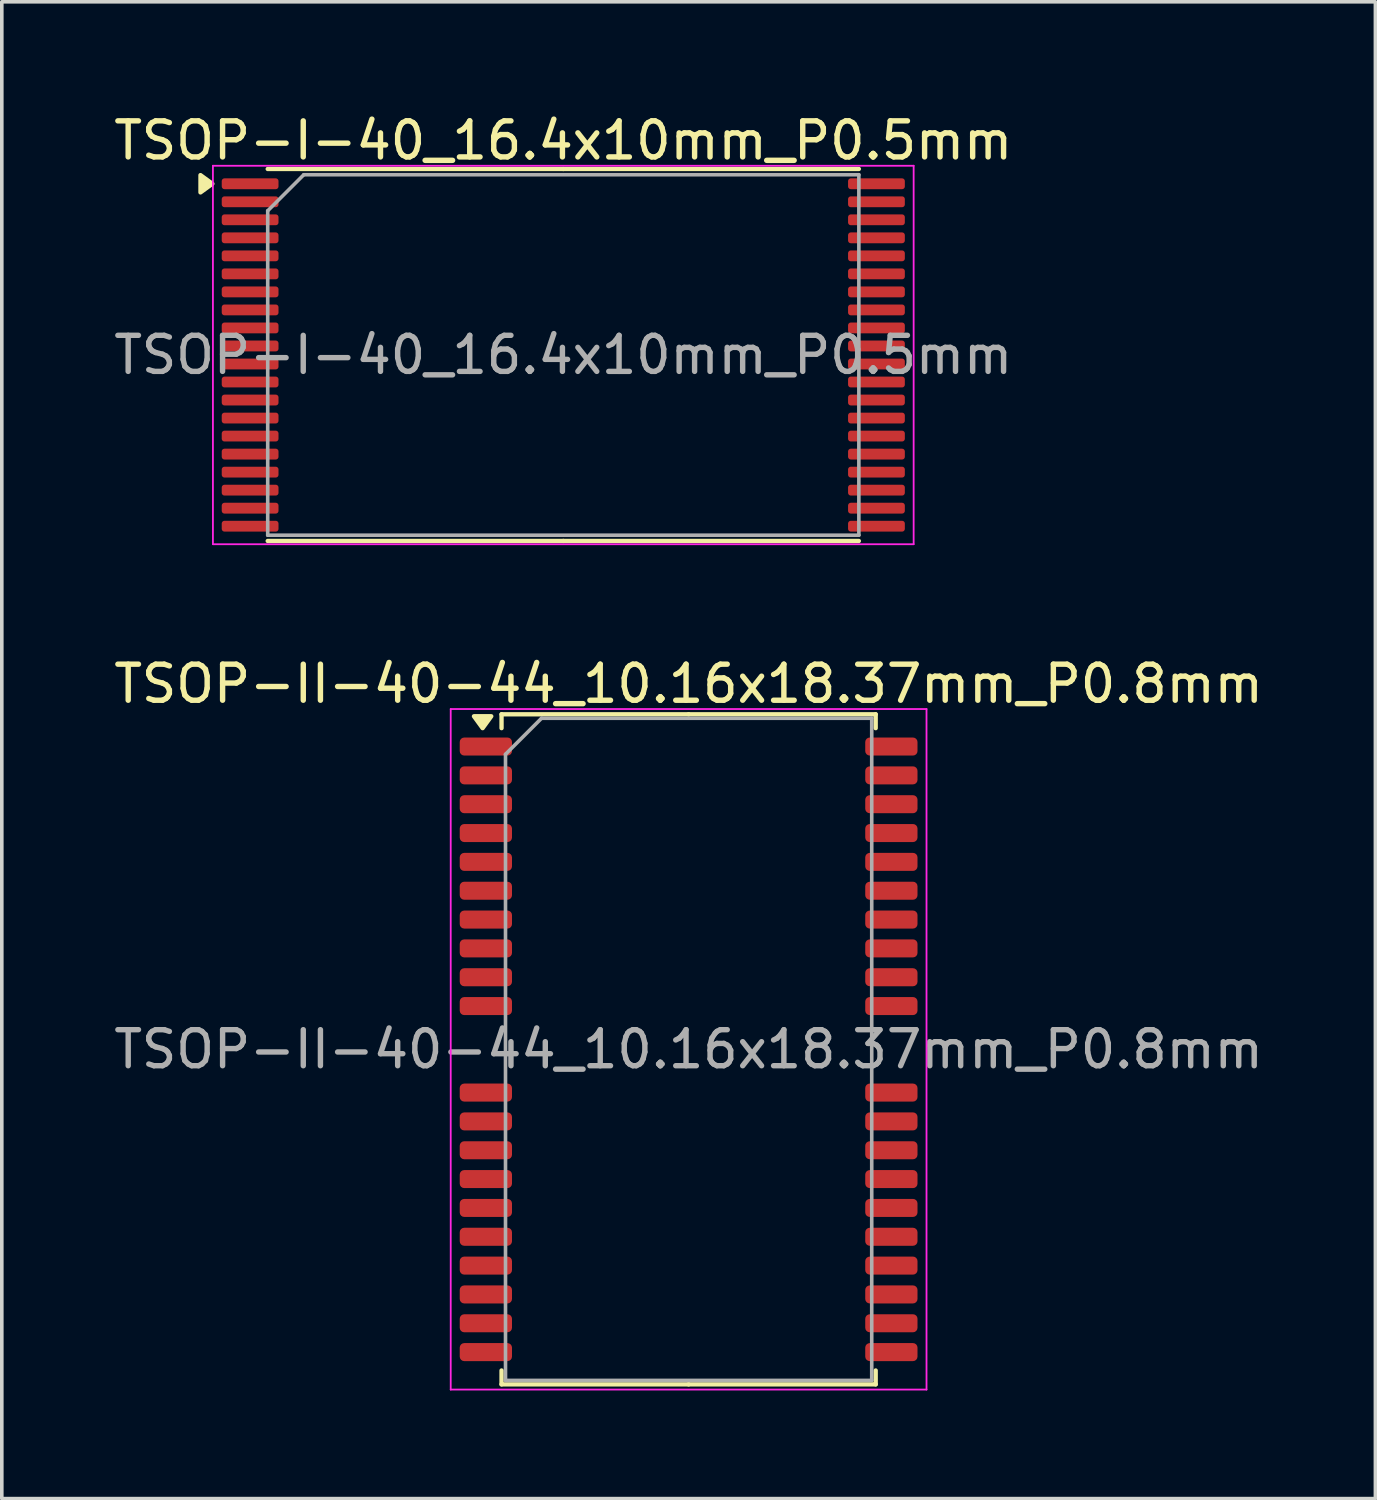
<source format=kicad_pcb>
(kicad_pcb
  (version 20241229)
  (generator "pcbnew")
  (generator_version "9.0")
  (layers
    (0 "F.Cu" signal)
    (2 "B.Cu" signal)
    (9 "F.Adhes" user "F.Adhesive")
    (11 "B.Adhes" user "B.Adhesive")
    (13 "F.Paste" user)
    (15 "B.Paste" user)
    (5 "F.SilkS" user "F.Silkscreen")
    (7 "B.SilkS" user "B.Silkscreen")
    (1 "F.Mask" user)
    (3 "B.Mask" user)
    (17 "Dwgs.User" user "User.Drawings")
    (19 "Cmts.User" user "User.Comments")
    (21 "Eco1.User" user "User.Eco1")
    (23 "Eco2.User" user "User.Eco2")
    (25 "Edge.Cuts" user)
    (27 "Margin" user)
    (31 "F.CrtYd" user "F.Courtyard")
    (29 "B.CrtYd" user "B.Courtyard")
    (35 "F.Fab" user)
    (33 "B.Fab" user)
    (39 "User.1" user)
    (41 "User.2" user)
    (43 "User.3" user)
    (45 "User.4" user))
  (footprint "TSOP-II-40-44_10.16x18.37mm_P0.8mm"
    (layer "F.Cu")
    (at 16.054 26.061)
    (property "Reference" "TSOP-II-40-44_10.16x18.37mm_P0.8mm" (at 0 -10.14 0) (layer "F.SilkS") (effects (font (size 1 1) (thickness 0.15))))
    (attr smd)
    (fp_line (start -5.19 -9.295) (end -5.19 -8.91) (stroke (width 0.12) (type solid)) (layer "F.SilkS"))
    (fp_line (start -5.19 9.295) (end -5.19 8.91) (stroke (width 0.12) (type solid)) (layer "F.SilkS"))
    (fp_line (start 0 -9.295) (end -5.19 -9.295) (stroke (width 0.12) (type solid)) (layer "F.SilkS"))
    (fp_line (start 0 -9.295) (end 5.19 -9.295) (stroke (width 0.12) (type solid)) (layer "F.SilkS"))
    (fp_line (start 0 9.295) (end -5.19 9.295) (stroke (width 0.12) (type solid)) (layer "F.SilkS"))
    (fp_line (start 0 9.295) (end 5.19 9.295) (stroke (width 0.12) (type solid)) (layer "F.SilkS"))
    (fp_line (start 5.19 -9.295) (end 5.19 -8.91) (stroke (width 0.12) (type solid)) (layer "F.SilkS"))
    (fp_line (start 5.19 9.295) (end 5.19 8.91) (stroke (width 0.12) (type solid)) (layer "F.SilkS"))
    (fp_poly (pts (xy -5.715 -8.91) (xy -5.955 -9.24) (xy -5.475 -9.24) (xy -5.715 -8.91)) (stroke (width 0.12) (type solid)) (fill yes) (layer "F.SilkS"))
    (fp_line (start -6.6 -9.44) (end -6.6 9.44) (stroke (width 0.05) (type solid)) (layer "F.CrtYd"))
    (fp_line (start -6.6 9.44) (end 6.6 9.44) (stroke (width 0.05) (type solid)) (layer "F.CrtYd"))
    (fp_line (start 6.6 -9.44) (end -6.6 -9.44) (stroke (width 0.05) (type solid)) (layer "F.CrtYd"))
    (fp_line (start 6.6 9.44) (end 6.6 -9.44) (stroke (width 0.05) (type solid)) (layer "F.CrtYd"))
    (fp_line (start -5.08 -8.185) (end -4.08 -9.185) (stroke (width 0.1) (type solid)) (layer "F.Fab"))
    (fp_line (start -5.08 9.185) (end -5.08 -8.185) (stroke (width 0.1) (type solid)) (layer "F.Fab"))
    (fp_line (start -4.08 -9.185) (end 5.08 -9.185) (stroke (width 0.1) (type solid)) (layer "F.Fab"))
    (fp_line (start 5.08 -9.185) (end 5.08 9.185) (stroke (width 0.1) (type solid)) (layer "F.Fab"))
    (fp_line (start 5.08 9.185) (end -5.08 9.185) (stroke (width 0.1) (type solid)) (layer "F.Fab"))
    (fp_text user "${REFERENCE}" (at 0 0 0) (layer "F.Fab") (effects (font (size 1 1) (thickness 0.15))))
    (pad "1" smd roundrect (at -5.625 -8.4) (size 1.45 0.5) (layers "F.Cu" "F.Mask" "F.Paste") (roundrect_rratio 0.25))
    (pad "2" smd roundrect (at -5.625 -7.6) (size 1.45 0.5) (layers "F.Cu" "F.Mask" "F.Paste") (roundrect_rratio 0.25))
    (pad "3" smd roundrect (at -5.625 -6.8) (size 1.45 0.5) (layers "F.Cu" "F.Mask" "F.Paste") (roundrect_rratio 0.25))
    (pad "4" smd roundrect (at -5.625 -6) (size 1.45 0.5) (layers "F.Cu" "F.Mask" "F.Paste") (roundrect_rratio 0.25))
    (pad "5" smd roundrect (at -5.625 -5.2) (size 1.45 0.5) (layers "F.Cu" "F.Mask" "F.Paste") (roundrect_rratio 0.25))
    (pad "6" smd roundrect (at -5.625 -4.4) (size 1.45 0.5) (layers "F.Cu" "F.Mask" "F.Paste") (roundrect_rratio 0.25))
    (pad "7" smd roundrect (at -5.625 -3.6) (size 1.45 0.5) (layers "F.Cu" "F.Mask" "F.Paste") (roundrect_rratio 0.25))
    (pad "8" smd roundrect (at -5.625 -2.8) (size 1.45 0.5) (layers "F.Cu" "F.Mask" "F.Paste") (roundrect_rratio 0.25))
    (pad "9" smd roundrect (at -5.625 -2) (size 1.45 0.5) (layers "F.Cu" "F.Mask" "F.Paste") (roundrect_rratio 0.25))
    (pad "10" smd roundrect (at -5.625 -1.2) (size 1.45 0.5) (layers "F.Cu" "F.Mask" "F.Paste") (roundrect_rratio 0.25))
    (pad "13" smd roundrect (at -5.625 1.2) (size 1.45 0.5) (layers "F.Cu" "F.Mask" "F.Paste") (roundrect_rratio 0.25))
    (pad "14" smd roundrect (at -5.625 2) (size 1.45 0.5) (layers "F.Cu" "F.Mask" "F.Paste") (roundrect_rratio 0.25))
    (pad "15" smd roundrect (at -5.625 2.8) (size 1.45 0.5) (layers "F.Cu" "F.Mask" "F.Paste") (roundrect_rratio 0.25))
    (pad "16" smd roundrect (at -5.625 3.6) (size 1.45 0.5) (layers "F.Cu" "F.Mask" "F.Paste") (roundrect_rratio 0.25))
    (pad "17" smd roundrect (at -5.625 4.4) (size 1.45 0.5) (layers "F.Cu" "F.Mask" "F.Paste") (roundrect_rratio 0.25))
    (pad "18" smd roundrect (at -5.625 5.2) (size 1.45 0.5) (layers "F.Cu" "F.Mask" "F.Paste") (roundrect_rratio 0.25))
    (pad "19" smd roundrect (at -5.625 6) (size 1.45 0.5) (layers "F.Cu" "F.Mask" "F.Paste") (roundrect_rratio 0.25))
    (pad "20" smd roundrect (at -5.625 6.8) (size 1.45 0.5) (layers "F.Cu" "F.Mask" "F.Paste") (roundrect_rratio 0.25))
    (pad "21" smd roundrect (at -5.625 7.6) (size 1.45 0.5) (layers "F.Cu" "F.Mask" "F.Paste") (roundrect_rratio 0.25))
    (pad "22" smd roundrect (at -5.625 8.4) (size 1.45 0.5) (layers "F.Cu" "F.Mask" "F.Paste") (roundrect_rratio 0.25))
    (pad "23" smd roundrect (at 5.625 8.4) (size 1.45 0.5) (layers "F.Cu" "F.Mask" "F.Paste") (roundrect_rratio 0.25))
    (pad "24" smd roundrect (at 5.625 7.6) (size 1.45 0.5) (layers "F.Cu" "F.Mask" "F.Paste") (roundrect_rratio 0.25))
    (pad "25" smd roundrect (at 5.625 6.8) (size 1.45 0.5) (layers "F.Cu" "F.Mask" "F.Paste") (roundrect_rratio 0.25))
    (pad "26" smd roundrect (at 5.625 6) (size 1.45 0.5) (layers "F.Cu" "F.Mask" "F.Paste") (roundrect_rratio 0.25))
    (pad "27" smd roundrect (at 5.625 5.2) (size 1.45 0.5) (layers "F.Cu" "F.Mask" "F.Paste") (roundrect_rratio 0.25))
    (pad "28" smd roundrect (at 5.625 4.4) (size 1.45 0.5) (layers "F.Cu" "F.Mask" "F.Paste") (roundrect_rratio 0.25))
    (pad "29" smd roundrect (at 5.625 3.6) (size 1.45 0.5) (layers "F.Cu" "F.Mask" "F.Paste") (roundrect_rratio 0.25))
    (pad "30" smd roundrect (at 5.625 2.8) (size 1.45 0.5) (layers "F.Cu" "F.Mask" "F.Paste") (roundrect_rratio 0.25))
    (pad "31" smd roundrect (at 5.625 2) (size 1.45 0.5) (layers "F.Cu" "F.Mask" "F.Paste") (roundrect_rratio 0.25))
    (pad "32" smd roundrect (at 5.625 1.2) (size 1.45 0.5) (layers "F.Cu" "F.Mask" "F.Paste") (roundrect_rratio 0.25))
    (pad "35" smd roundrect (at 5.625 -1.2) (size 1.45 0.5) (layers "F.Cu" "F.Mask" "F.Paste") (roundrect_rratio 0.25))
    (pad "36" smd roundrect (at 5.625 -2) (size 1.45 0.5) (layers "F.Cu" "F.Mask" "F.Paste") (roundrect_rratio 0.25))
    (pad "37" smd roundrect (at 5.625 -2.8) (size 1.45 0.5) (layers "F.Cu" "F.Mask" "F.Paste") (roundrect_rratio 0.25))
    (pad "38" smd roundrect (at 5.625 -3.6) (size 1.45 0.5) (layers "F.Cu" "F.Mask" "F.Paste") (roundrect_rratio 0.25))
    (pad "39" smd roundrect (at 5.625 -4.4) (size 1.45 0.5) (layers "F.Cu" "F.Mask" "F.Paste") (roundrect_rratio 0.25))
    (pad "40" smd roundrect (at 5.625 -5.2) (size 1.45 0.5) (layers "F.Cu" "F.Mask" "F.Paste") (roundrect_rratio 0.25))
    (pad "41" smd roundrect (at 5.625 -6) (size 1.45 0.5) (layers "F.Cu" "F.Mask" "F.Paste") (roundrect_rratio 0.25))
    (pad "42" smd roundrect (at 5.625 -6.8) (size 1.45 0.5) (layers "F.Cu" "F.Mask" "F.Paste") (roundrect_rratio 0.25))
    (pad "43" smd roundrect (at 5.625 -7.6) (size 1.45 0.5) (layers "F.Cu" "F.Mask" "F.Paste") (roundrect_rratio 0.25))
    (pad "44" smd roundrect (at 5.625 -8.4) (size 1.45 0.5) (layers "F.Cu" "F.Mask" "F.Paste") (roundrect_rratio 0.25)))
  (footprint "TSOP-I-40_16.4x10mm_P0.5mm"
    (layer "F.Cu")
    (at 12.577 6.798)
    (property "Reference" "TSOP-I-40_16.4x10mm_P0.5mm" (at 0 -5.95 0) (layer "F.SilkS") (effects (font (size 1 1) (thickness 0.15))))
    (attr smd)
    (fp_line (start 0 -5.16) (end -8.2 -5.16) (stroke (width 0.12) (type solid)) (layer "F.SilkS"))
    (fp_line (start 0 -5.16) (end 8.2 -5.16) (stroke (width 0.12) (type solid)) (layer "F.SilkS"))
    (fp_line (start 0 5.16) (end -8.2 5.16) (stroke (width 0.12) (type solid)) (layer "F.SilkS"))
    (fp_line (start 0 5.16) (end 8.2 5.16) (stroke (width 0.12) (type solid)) (layer "F.SilkS"))
    (fp_poly (pts (xy -9.735 -4.75) (xy -10.065 -4.99) (xy -10.065 -4.51) (xy -9.735 -4.75)) (stroke (width 0.12) (type solid)) (fill yes) (layer "F.SilkS"))
    (fp_line (start -9.72 -5.25) (end -9.72 5.25) (stroke (width 0.05) (type solid)) (layer "F.CrtYd"))
    (fp_line (start -9.72 5.25) (end 9.72 5.25) (stroke (width 0.05) (type solid)) (layer "F.CrtYd"))
    (fp_line (start 9.72 -5.25) (end -9.72 -5.25) (stroke (width 0.05) (type solid)) (layer "F.CrtYd"))
    (fp_line (start 9.72 5.25) (end 9.72 -5.25) (stroke (width 0.05) (type solid)) (layer "F.CrtYd"))
    (fp_line (start -8.2 -4) (end -7.2 -5) (stroke (width 0.1) (type solid)) (layer "F.Fab"))
    (fp_line (start -8.2 5) (end -8.2 -4) (stroke (width 0.1) (type solid)) (layer "F.Fab"))
    (fp_line (start -7.2 -5) (end 8.2 -5) (stroke (width 0.1) (type solid)) (layer "F.Fab"))
    (fp_line (start 8.2 -5) (end 8.2 5) (stroke (width 0.1) (type solid)) (layer "F.Fab"))
    (fp_line (start 8.2 5) (end -8.2 5) (stroke (width 0.1) (type solid)) (layer "F.Fab"))
    (fp_text user "${REFERENCE}" (at 0 0 0) (layer "F.Fab") (effects (font (size 1 1) (thickness 0.15))))
    (pad "1" smd roundrect (at -8.688 -4.75) (size 1.575 0.3) (layers "F.Cu" "F.Mask" "F.Paste") (roundrect_rratio 0.25))
    (pad "2" smd roundrect (at -8.688 -4.25) (size 1.575 0.3) (layers "F.Cu" "F.Mask" "F.Paste") (roundrect_rratio 0.25))
    (pad "3" smd roundrect (at -8.688 -3.75) (size 1.575 0.3) (layers "F.Cu" "F.Mask" "F.Paste") (roundrect_rratio 0.25))
    (pad "4" smd roundrect (at -8.688 -3.25) (size 1.575 0.3) (layers "F.Cu" "F.Mask" "F.Paste") (roundrect_rratio 0.25))
    (pad "5" smd roundrect (at -8.688 -2.75) (size 1.575 0.3) (layers "F.Cu" "F.Mask" "F.Paste") (roundrect_rratio 0.25))
    (pad "6" smd roundrect (at -8.688 -2.25) (size 1.575 0.3) (layers "F.Cu" "F.Mask" "F.Paste") (roundrect_rratio 0.25))
    (pad "7" smd roundrect (at -8.688 -1.75) (size 1.575 0.3) (layers "F.Cu" "F.Mask" "F.Paste") (roundrect_rratio 0.25))
    (pad "8" smd roundrect (at -8.688 -1.25) (size 1.575 0.3) (layers "F.Cu" "F.Mask" "F.Paste") (roundrect_rratio 0.25))
    (pad "9" smd roundrect (at -8.688 -0.75) (size 1.575 0.3) (layers "F.Cu" "F.Mask" "F.Paste") (roundrect_rratio 0.25))
    (pad "10" smd roundrect (at -8.688 -0.25) (size 1.575 0.3) (layers "F.Cu" "F.Mask" "F.Paste") (roundrect_rratio 0.25))
    (pad "11" smd roundrect (at -8.688 0.25) (size 1.575 0.3) (layers "F.Cu" "F.Mask" "F.Paste") (roundrect_rratio 0.25))
    (pad "12" smd roundrect (at -8.688 0.75) (size 1.575 0.3) (layers "F.Cu" "F.Mask" "F.Paste") (roundrect_rratio 0.25))
    (pad "13" smd roundrect (at -8.688 1.25) (size 1.575 0.3) (layers "F.Cu" "F.Mask" "F.Paste") (roundrect_rratio 0.25))
    (pad "14" smd roundrect (at -8.688 1.75) (size 1.575 0.3) (layers "F.Cu" "F.Mask" "F.Paste") (roundrect_rratio 0.25))
    (pad "15" smd roundrect (at -8.688 2.25) (size 1.575 0.3) (layers "F.Cu" "F.Mask" "F.Paste") (roundrect_rratio 0.25))
    (pad "16" smd roundrect (at -8.688 2.75) (size 1.575 0.3) (layers "F.Cu" "F.Mask" "F.Paste") (roundrect_rratio 0.25))
    (pad "17" smd roundrect (at -8.688 3.25) (size 1.575 0.3) (layers "F.Cu" "F.Mask" "F.Paste") (roundrect_rratio 0.25))
    (pad "18" smd roundrect (at -8.688 3.75) (size 1.575 0.3) (layers "F.Cu" "F.Mask" "F.Paste") (roundrect_rratio 0.25))
    (pad "19" smd roundrect (at -8.688 4.25) (size 1.575 0.3) (layers "F.Cu" "F.Mask" "F.Paste") (roundrect_rratio 0.25))
    (pad "20" smd roundrect (at -8.688 4.75) (size 1.575 0.3) (layers "F.Cu" "F.Mask" "F.Paste") (roundrect_rratio 0.25))
    (pad "21" smd roundrect (at 8.688 4.75) (size 1.575 0.3) (layers "F.Cu" "F.Mask" "F.Paste") (roundrect_rratio 0.25))
    (pad "22" smd roundrect (at 8.688 4.25) (size 1.575 0.3) (layers "F.Cu" "F.Mask" "F.Paste") (roundrect_rratio 0.25))
    (pad "23" smd roundrect (at 8.688 3.75) (size 1.575 0.3) (layers "F.Cu" "F.Mask" "F.Paste") (roundrect_rratio 0.25))
    (pad "24" smd roundrect (at 8.688 3.25) (size 1.575 0.3) (layers "F.Cu" "F.Mask" "F.Paste") (roundrect_rratio 0.25))
    (pad "25" smd roundrect (at 8.688 2.75) (size 1.575 0.3) (layers "F.Cu" "F.Mask" "F.Paste") (roundrect_rratio 0.25))
    (pad "26" smd roundrect (at 8.688 2.25) (size 1.575 0.3) (layers "F.Cu" "F.Mask" "F.Paste") (roundrect_rratio 0.25))
    (pad "27" smd roundrect (at 8.688 1.75) (size 1.575 0.3) (layers "F.Cu" "F.Mask" "F.Paste") (roundrect_rratio 0.25))
    (pad "28" smd roundrect (at 8.688 1.25) (size 1.575 0.3) (layers "F.Cu" "F.Mask" "F.Paste") (roundrect_rratio 0.25))
    (pad "29" smd roundrect (at 8.688 0.75) (size 1.575 0.3) (layers "F.Cu" "F.Mask" "F.Paste") (roundrect_rratio 0.25))
    (pad "30" smd roundrect (at 8.688 0.25) (size 1.575 0.3) (layers "F.Cu" "F.Mask" "F.Paste") (roundrect_rratio 0.25))
    (pad "31" smd roundrect (at 8.688 -0.25) (size 1.575 0.3) (layers "F.Cu" "F.Mask" "F.Paste") (roundrect_rratio 0.25))
    (pad "32" smd roundrect (at 8.688 -0.75) (size 1.575 0.3) (layers "F.Cu" "F.Mask" "F.Paste") (roundrect_rratio 0.25))
    (pad "33" smd roundrect (at 8.688 -1.25) (size 1.575 0.3) (layers "F.Cu" "F.Mask" "F.Paste") (roundrect_rratio 0.25))
    (pad "34" smd roundrect (at 8.688 -1.75) (size 1.575 0.3) (layers "F.Cu" "F.Mask" "F.Paste") (roundrect_rratio 0.25))
    (pad "35" smd roundrect (at 8.688 -2.25) (size 1.575 0.3) (layers "F.Cu" "F.Mask" "F.Paste") (roundrect_rratio 0.25))
    (pad "36" smd roundrect (at 8.688 -2.75) (size 1.575 0.3) (layers "F.Cu" "F.Mask" "F.Paste") (roundrect_rratio 0.25))
    (pad "37" smd roundrect (at 8.688 -3.25) (size 1.575 0.3) (layers "F.Cu" "F.Mask" "F.Paste") (roundrect_rratio 0.25))
    (pad "38" smd roundrect (at 8.688 -3.75) (size 1.575 0.3) (layers "F.Cu" "F.Mask" "F.Paste") (roundrect_rratio 0.25))
    (pad "39" smd roundrect (at 8.688 -4.25) (size 1.575 0.3) (layers "F.Cu" "F.Mask" "F.Paste") (roundrect_rratio 0.25))
    (pad "40" smd roundrect (at 8.688 -4.75) (size 1.575 0.3) (layers "F.Cu" "F.Mask" "F.Paste") (roundrect_rratio 0.25)))
  (gr_rect
    (start -3 -3)
    (end 35.107 38.526)
    (stroke (width 0.1) (type default))
    (fill no)
    (layer "Edge.Cuts")))
</source>
